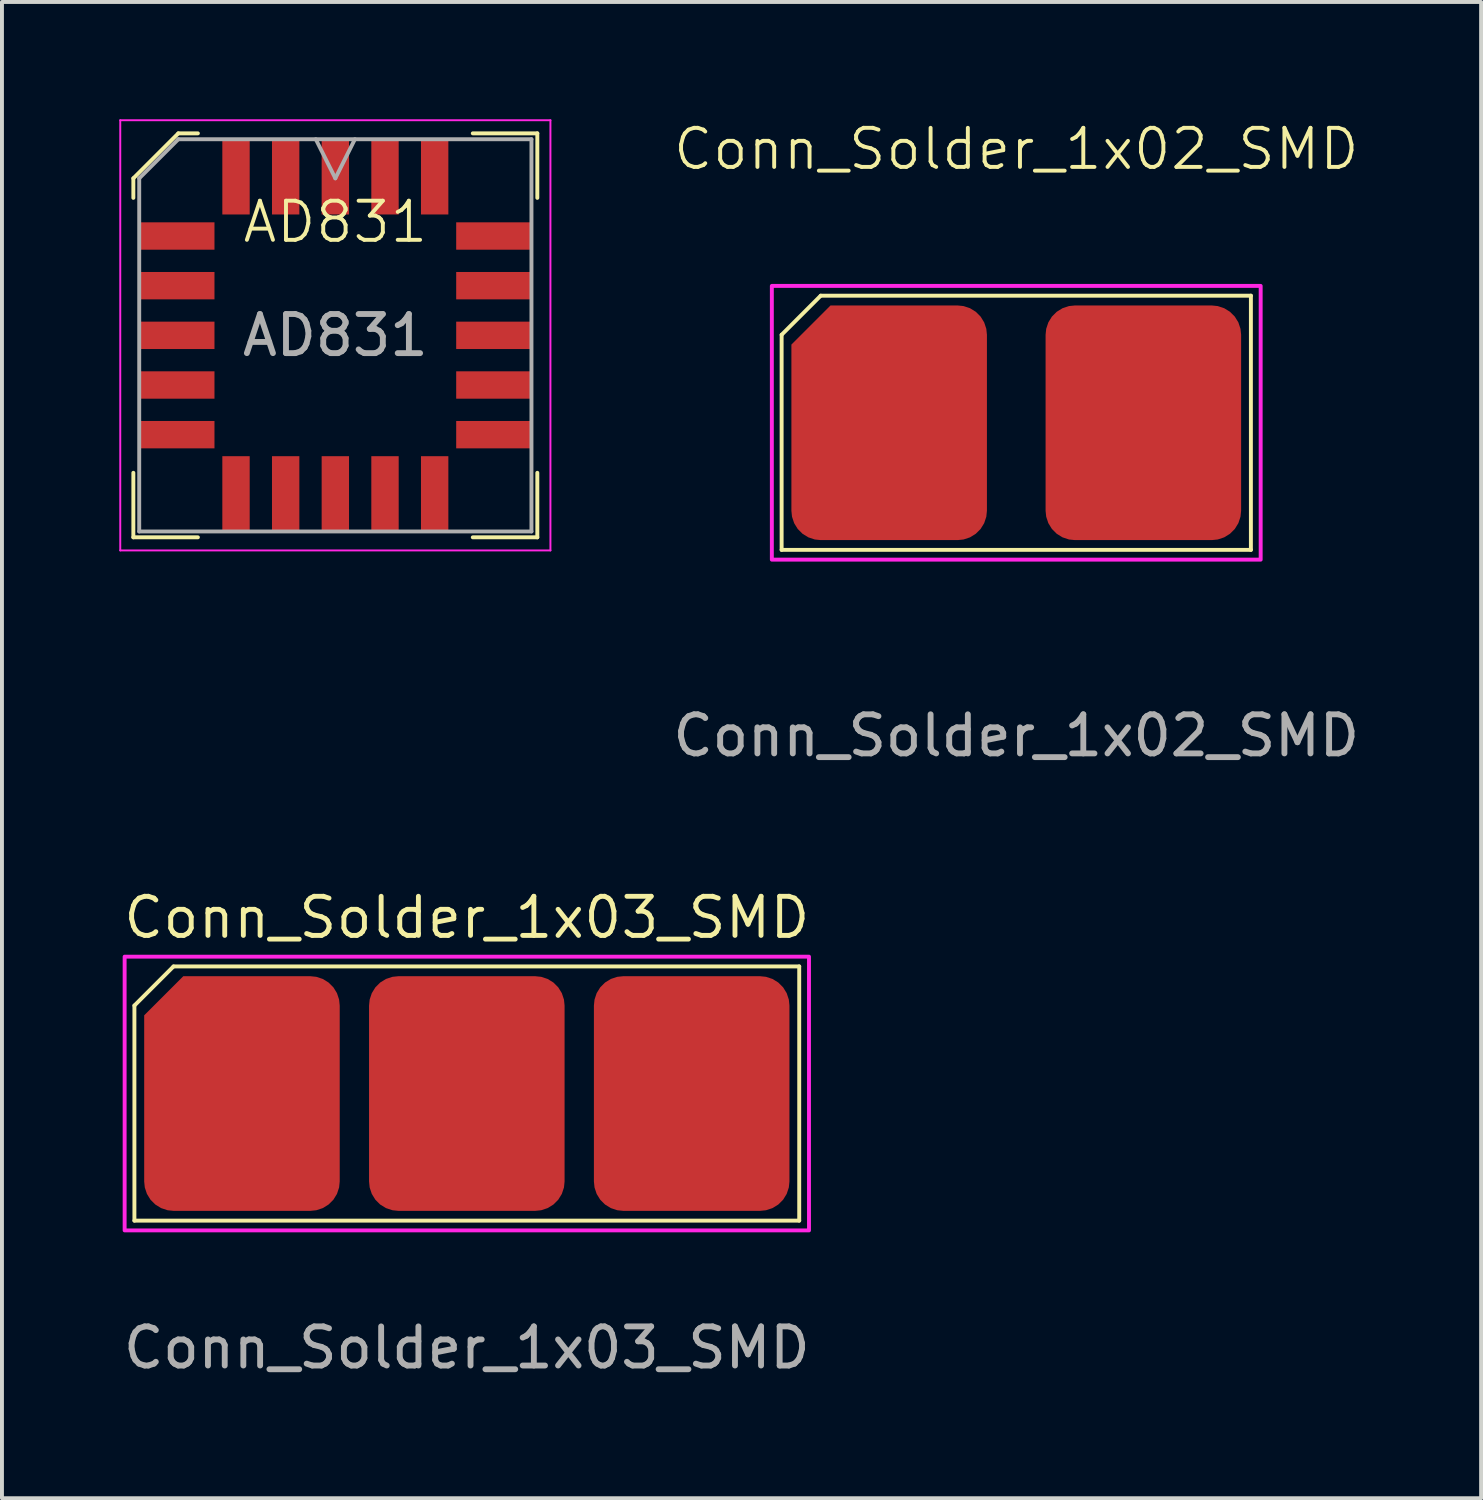
<source format=kicad_pcb>
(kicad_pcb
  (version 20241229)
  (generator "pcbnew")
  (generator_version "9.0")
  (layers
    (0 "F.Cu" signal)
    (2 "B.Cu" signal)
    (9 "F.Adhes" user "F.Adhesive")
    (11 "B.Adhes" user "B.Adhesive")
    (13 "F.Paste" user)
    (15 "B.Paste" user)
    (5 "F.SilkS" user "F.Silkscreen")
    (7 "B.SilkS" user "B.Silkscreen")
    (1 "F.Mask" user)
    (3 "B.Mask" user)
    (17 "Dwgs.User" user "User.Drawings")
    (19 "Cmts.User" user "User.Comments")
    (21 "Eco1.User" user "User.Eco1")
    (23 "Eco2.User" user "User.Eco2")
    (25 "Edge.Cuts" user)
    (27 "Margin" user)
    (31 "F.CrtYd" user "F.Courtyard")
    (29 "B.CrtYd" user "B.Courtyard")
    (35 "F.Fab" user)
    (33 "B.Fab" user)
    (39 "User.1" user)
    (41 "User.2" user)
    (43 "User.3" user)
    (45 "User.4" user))
  (footprint "AD831"
    (layer "F.Cu")
    (at 5.525 5.525)
    (property "Reference" "AD831" (at 0 -2.9 0) (unlocked yes) (layer "F.SilkS") (effects (font (size 1 1) (thickness 0.1))))
    (attr smd)
    (fp_line (start -5.165 -4.015) (end -5.165 -3.515) (stroke (width 0.1) (type solid)) (layer "F.SilkS"))
    (fp_line (start -5.165 5.165) (end -5.165 3.515) (stroke (width 0.1) (type solid)) (layer "F.SilkS"))
    (fp_line (start -4.015 -5.165) (end -5.165 -4.015) (stroke (width 0.1) (type solid)) (layer "F.SilkS"))
    (fp_line (start -3.515 -5.165) (end -4.015 -5.165) (stroke (width 0.1) (type solid)) (layer "F.SilkS"))
    (fp_line (start -3.515 5.165) (end -5.165 5.165) (stroke (width 0.1) (type solid)) (layer "F.SilkS"))
    (fp_line (start 3.515 -5.165) (end 5.165 -5.165) (stroke (width 0.1) (type solid)) (layer "F.SilkS"))
    (fp_line (start 3.515 5.165) (end 5.165 5.165) (stroke (width 0.1) (type solid)) (layer "F.SilkS"))
    (fp_line (start 5.165 -5.165) (end 5.165 -3.515) (stroke (width 0.1) (type solid)) (layer "F.SilkS"))
    (fp_line (start 5.165 5.165) (end 5.165 3.515) (stroke (width 0.1) (type solid)) (layer "F.SilkS"))
    (fp_line (start -5.5 -5.5) (end -5.5 5.5) (stroke (width 0.05) (type solid)) (layer "F.CrtYd"))
    (fp_line (start -5.5 5.5) (end 5.5 5.5) (stroke (width 0.05) (type solid)) (layer "F.CrtYd"))
    (fp_line (start 5.5 -5.5) (end -5.5 -5.5) (stroke (width 0.05) (type solid)) (layer "F.CrtYd"))
    (fp_line (start 5.5 5.5) (end 5.5 -5.5) (stroke (width 0.05) (type solid)) (layer "F.CrtYd"))
    (fp_line (start -5.015 -4.015) (end -5.015 5.015) (stroke (width 0.1) (type solid)) (layer "F.Fab"))
    (fp_line (start -5.015 5.015) (end 5.015 5.015) (stroke (width 0.1) (type solid)) (layer "F.Fab"))
    (fp_line (start -4.015 -5.015) (end -5.015 -4.015) (stroke (width 0.1) (type solid)) (layer "F.Fab"))
    (fp_line (start -0.5 -5.015) (end 0 -4.015) (stroke (width 0.1) (type solid)) (layer "F.Fab"))
    (fp_line (start 0 -4.015) (end 0.5 -5.015) (stroke (width 0.1) (type solid)) (layer "F.Fab"))
    (fp_line (start 5.015 -5.015) (end -4.015 -5.015) (stroke (width 0.1) (type solid)) (layer "F.Fab"))
    (fp_line (start 5.015 5.015) (end 5.015 -5.015) (stroke (width 0.1) (type solid)) (layer "F.Fab"))
    (fp_text user "${REFERENCE}" (at 0 0 0) (layer "F.Fab") (effects (font (size 1 1) (thickness 0.15))))
    (pad "1" smd rect (at 0 -4.053) (size 0.7 1.925) (layers "F.Cu" "F.Mask" "F.Paste"))
    (pad "2" smd rect (at -1.27 -4.053) (size 0.7 1.925) (layers "F.Cu" "F.Mask" "F.Paste"))
    (pad "3" smd rect (at -2.54 -4.053) (size 0.7 1.925) (layers "F.Cu" "F.Mask" "F.Paste"))
    (pad "4" smd rect (at -4.053 -2.54) (size 1.925 0.7) (layers "F.Cu" "F.Mask" "F.Paste"))
    (pad "5" smd rect (at -4.053 -1.27) (size 1.925 0.7) (layers "F.Cu" "F.Mask" "F.Paste"))
    (pad "6" smd rect (at -4.053 0) (size 1.925 0.7) (layers "F.Cu" "F.Mask" "F.Paste"))
    (pad "7" smd rect (at -4.053 1.27) (size 1.925 0.7) (layers "F.Cu" "F.Mask" "F.Paste"))
    (pad "8" smd rect (at -4.053 2.54) (size 1.925 0.7) (layers "F.Cu" "F.Mask" "F.Paste"))
    (pad "9" smd rect (at -2.54 4.053) (size 0.7 1.925) (layers "F.Cu" "F.Mask" "F.Paste"))
    (pad "10" smd rect (at -1.27 4.053) (size 0.7 1.925) (layers "F.Cu" "F.Mask" "F.Paste"))
    (pad "11" smd rect (at 0 4.053) (size 0.7 1.925) (layers "F.Cu" "F.Mask" "F.Paste"))
    (pad "12" smd rect (at 1.27 4.053) (size 0.7 1.925) (layers "F.Cu" "F.Mask" "F.Paste"))
    (pad "13" smd rect (at 2.54 4.053) (size 0.7 1.925) (layers "F.Cu" "F.Mask" "F.Paste"))
    (pad "14" smd rect (at 4.053 2.54) (size 1.925 0.7) (layers "F.Cu" "F.Mask" "F.Paste"))
    (pad "15" smd rect (at 4.053 1.27) (size 1.925 0.7) (layers "F.Cu" "F.Mask" "F.Paste"))
    (pad "16" smd rect (at 4.053 0) (size 1.925 0.7) (layers "F.Cu" "F.Mask" "F.Paste"))
    (pad "17" smd rect (at 4.053 -1.27) (size 1.925 0.7) (layers "F.Cu" "F.Mask" "F.Paste"))
    (pad "18" smd rect (at 4.053 -2.54) (size 1.925 0.7) (layers "F.Cu" "F.Mask" "F.Paste"))
    (pad "19" smd rect (at 2.54 -4.053) (size 0.7 1.925) (layers "F.Cu" "F.Mask" "F.Paste"))
    (pad "20" smd rect (at 1.27 -4.053) (size 0.7 1.925) (layers "F.Cu" "F.Mask" "F.Paste")))
  (footprint "Conn_Solder_1x02_SMD"
    (layer "F.Cu")
    (at 22.937 7.761)
    (property "Reference" "Conn_Solder_1x02_SMD" (at 0 -7 0) (unlocked yes) (layer "F.SilkS") (effects (font (size 1 1) (thickness 0.1))))
    (attr smd)
    (fp_line (start -6 -2.25) (end -6 3.25) (stroke (width 0.1) (type default)) (layer "F.SilkS"))
    (fp_line (start -6 3.25) (end 6 3.25) (stroke (width 0.1) (type default)) (layer "F.SilkS"))
    (fp_line (start -5 -3.25) (end -6 -2.25) (stroke (width 0.1) (type default)) (layer "F.SilkS"))
    (fp_line (start 6 -3.25) (end -5 -3.25) (stroke (width 0.1) (type default)) (layer "F.SilkS"))
    (fp_line (start 6 3.25) (end 6 -3.25) (stroke (width 0.1) (type default)) (layer "F.SilkS"))
    (fp_rect (start -6.25 -3.5) (end 6.25 3.5) (stroke (width 0.1) (type solid)) (fill no) (layer "F.CrtYd"))
    (fp_text user "${REFERENCE}" (at 0 8 0) (unlocked yes) (layer "F.Fab") (effects (font (size 1 1) (thickness 0.15))))
    (pad "1" smd roundrect (at -3.25 0) (size 5 6) (layers "F.Cu" "F.Mask" "F.Paste") (roundrect_rratio 0.15) (chamfer_ratio 0.2) (chamfer top_left))
    (pad "2" smd roundrect (at 3.25 0) (size 5 6) (layers "F.Cu" "F.Mask" "F.Paste") (roundrect_rratio 0.15)))
  (footprint "Conn_Solder_1x03_SMD"
    (layer "F.Cu")
    (at 8.887 24.913)
    (property "Reference" "Conn_Solder_1x03_SMD" (at 0 -4.5 0) (unlocked yes) (layer "F.SilkS") (effects (font (size 1 1) (thickness 0.125))))
    (attr smd)
    (fp_line (start -8.5 -2.25) (end -8.5 3.25) (stroke (width 0.1) (type default)) (layer "F.SilkS"))
    (fp_line (start -8.5 3.25) (end 8.5 3.25) (stroke (width 0.1) (type default)) (layer "F.SilkS"))
    (fp_line (start -7.5 -3.25) (end -8.5 -2.25) (stroke (width 0.1) (type default)) (layer "F.SilkS"))
    (fp_line (start 8.5 -3.25) (end -7.5 -3.25) (stroke (width 0.1) (type default)) (layer "F.SilkS"))
    (fp_line (start 8.5 3.25) (end 8.5 -3.25) (stroke (width 0.1) (type default)) (layer "F.SilkS"))
    (fp_rect (start -8.75 -3.5) (end 8.75 3.5) (stroke (width 0.1) (type solid)) (fill no) (layer "F.CrtYd"))
    (fp_text user "${REFERENCE}" (at 0 6.5 0) (unlocked yes) (layer "F.Fab") (effects (font (size 1 1) (thickness 0.15))))
    (pad "1" smd roundrect (at -5.75 0) (size 5 6) (layers "F.Cu" "F.Mask" "F.Paste") (roundrect_rratio 0.15) (chamfer_ratio 0.2) (chamfer top_left))
    (pad "2" smd roundrect (at 0 0) (size 5 6) (layers "F.Cu" "F.Mask" "F.Paste") (roundrect_rratio 0.15))
    (pad "3" smd roundrect (at 5.75 0) (size 5 6) (layers "F.Cu" "F.Mask" "F.Paste") (roundrect_rratio 0.15)))
  (gr_rect
    (start -3 -3)
    (end 34.824 35.261)
    (stroke (width 0.1) (type default))
    (fill no)
    (layer "Edge.Cuts")))
</source>
